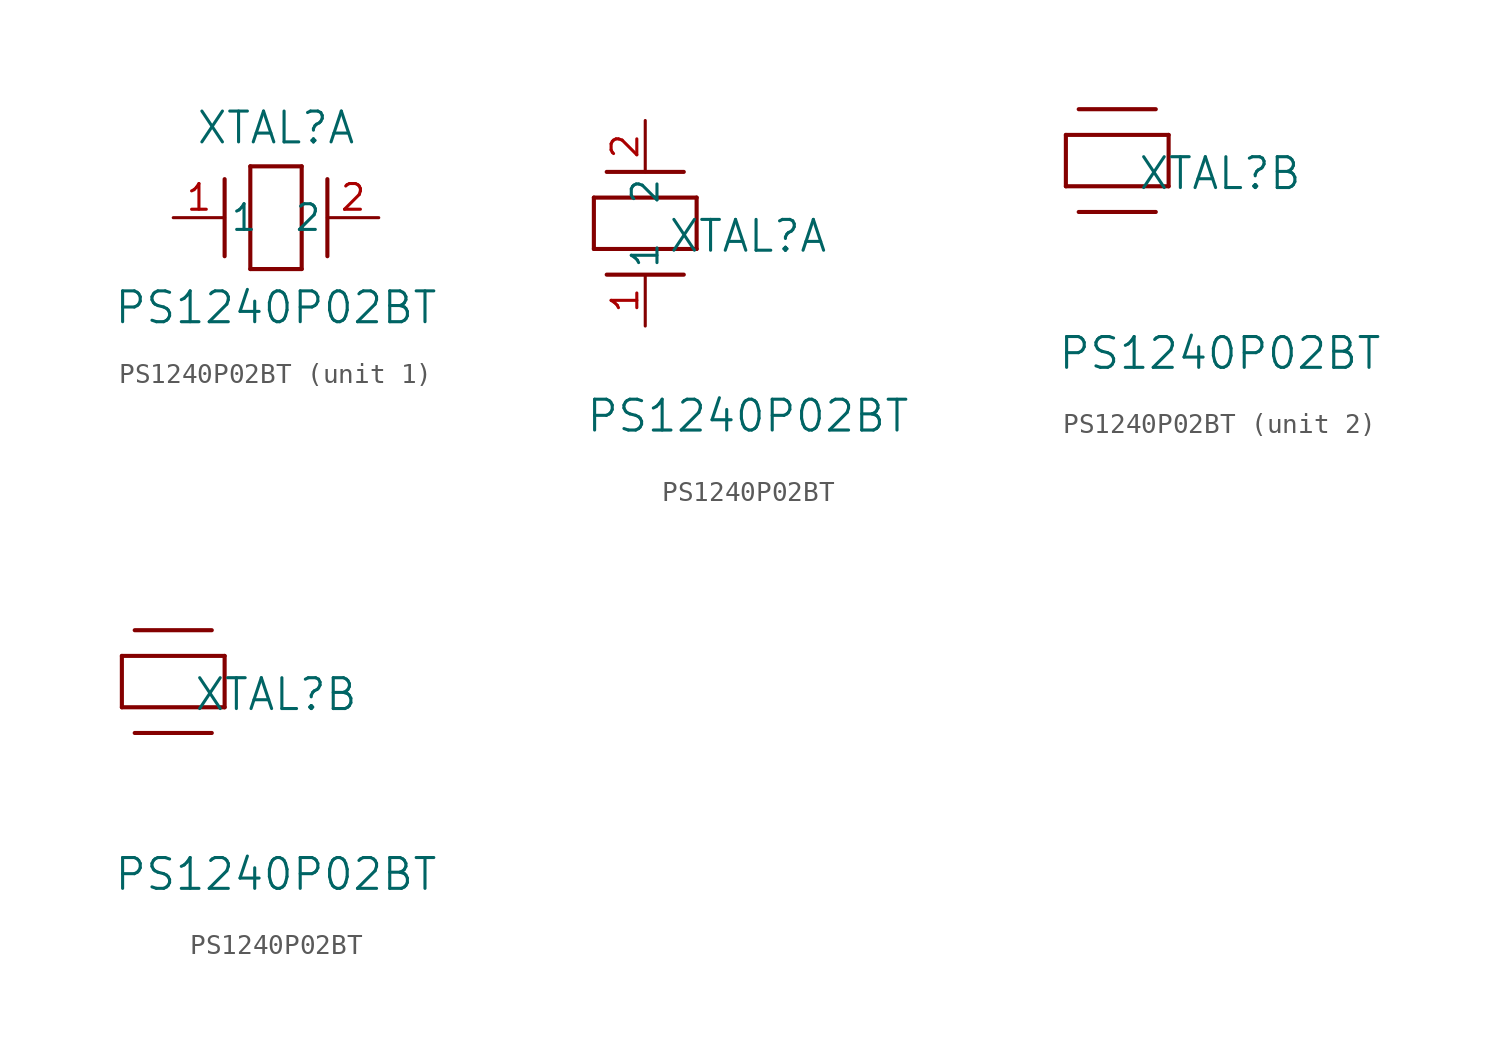
<source format=kicad_sym>
(kicad_symbol_lib
  (version 20231120)
  (generator "kicad_symbol_editor")
  (generator_version "8.0")
  (symbol "PS1240P02BT"
    (pin_names
      (offset 0.254))
    (property "Reference" "XTAL"
      (at 5.08 4.445 0)
      (effects (font (size 1.524 1.524))))
    (property "Value" "PS1240P02BT"
      (at 5.08 -4.445 0)
      (effects (font (size 1.524 1.524))))
    (property "ki_locked" ""
      (at 0 0 0)
      (effects (font (size 1.27 1.27))))
    (symbol "PS1240P02BT_1_1"
      (polyline (pts (xy 2.54 -1.905) (xy 2.54 1.905)) (stroke (width 0.203) (type default)) (fill (type none)))
      (polyline (pts (xy 3.81 -2.54) (xy 3.81 2.54)) (stroke (width 0.203) (type default)) (fill (type none)))
      (polyline (pts (xy 3.81 2.54) (xy 6.35 2.54)) (stroke (width 0.203) (type default)) (fill (type none)))
      (polyline (pts (xy 6.35 -2.54) (xy 3.81 -2.54)) (stroke (width 0.203) (type default)) (fill (type none)))
      (polyline (pts (xy 6.35 2.54) (xy 6.35 -2.54)) (stroke (width 0.203) (type default)) (fill (type none)))
      (polyline (pts (xy 7.62 -1.905) (xy 7.62 1.905)) (stroke (width 0.203) (type default)) (fill (type none)))
      (pin unspecified line (at 0 0 0) (length 2.54) (name "1" (effects (font (size 1.27 1.27)))) (number "1" (effects (font (size 1.27 1.27)))))
      (pin unspecified line (at 10.16 0 180) (length 2.54) (name "2" (effects (font (size 1.27 1.27)))) (number "2" (effects (font (size 1.27 1.27))))))
    (symbol "PS1240P02BT_1_2"
      (polyline (pts (xy -2.54 3.81) (xy -2.54 6.35)) (stroke (width 0.203) (type default)) (fill (type none)))
      (polyline (pts (xy -2.54 6.35) (xy 2.54 6.35)) (stroke (width 0.203) (type default)) (fill (type none)))
      (polyline (pts (xy 1.905 2.54) (xy -1.905 2.54)) (stroke (width 0.203) (type default)) (fill (type none)))
      (polyline (pts (xy 1.905 7.62) (xy -1.905 7.62)) (stroke (width 0.203) (type default)) (fill (type none)))
      (polyline (pts (xy 2.54 3.81) (xy -2.54 3.81)) (stroke (width 0.203) (type default)) (fill (type none)))
      (polyline (pts (xy 2.54 6.35) (xy 2.54 3.81)) (stroke (width 0.203) (type default)) (fill (type none)))
      (pin unspecified line (at 0 0 90) (length 2.54) (name "1" (effects (font (size 1.27 1.27)))) (number "1" (effects (font (size 1.27 1.27)))))
      (pin unspecified line (at 0 10.16 270) (length 2.54) (name "2" (effects (font (size 1.27 1.27)))) (number "2" (effects (font (size 1.27 1.27))))))
    (symbol "PS1240P02BT_2_1"
      (polyline (pts (xy -2.54 3.81) (xy -2.54 6.35)) (stroke (width 0.203) (type default)) (fill (type none)))
      (polyline (pts (xy -2.54 6.35) (xy 2.54 6.35)) (stroke (width 0.203) (type default)) (fill (type none)))
      (polyline (pts (xy 1.905 2.54) (xy -1.905 2.54)) (stroke (width 0.203) (type default)) (fill (type none)))
      (polyline (pts (xy 1.905 7.62) (xy -1.905 7.62)) (stroke (width 0.203) (type default)) (fill (type none)))
      (polyline (pts (xy 2.54 3.81) (xy -2.54 3.81)) (stroke (width 0.203) (type default)) (fill (type none)))
      (polyline (pts (xy 2.54 6.35) (xy 2.54 3.81)) (stroke (width 0.203) (type default)) (fill (type none))))
    (symbol "PS1240P02BT_2_2"
      (polyline (pts (xy -2.54 3.81) (xy -2.54 6.35)) (stroke (width 0.203) (type default)) (fill (type none)))
      (polyline (pts (xy -2.54 6.35) (xy 2.54 6.35)) (stroke (width 0.203) (type default)) (fill (type none)))
      (polyline (pts (xy 1.905 2.54) (xy -1.905 2.54)) (stroke (width 0.203) (type default)) (fill (type none)))
      (polyline (pts (xy 1.905 7.62) (xy -1.905 7.62)) (stroke (width 0.203) (type default)) (fill (type none)))
      (polyline (pts (xy 2.54 3.81) (xy -2.54 3.81)) (stroke (width 0.203) (type default)) (fill (type none)))
      (polyline (pts (xy 2.54 6.35) (xy 2.54 3.81)) (stroke (width 0.203) (type default)) (fill (type none))))))
</source>
